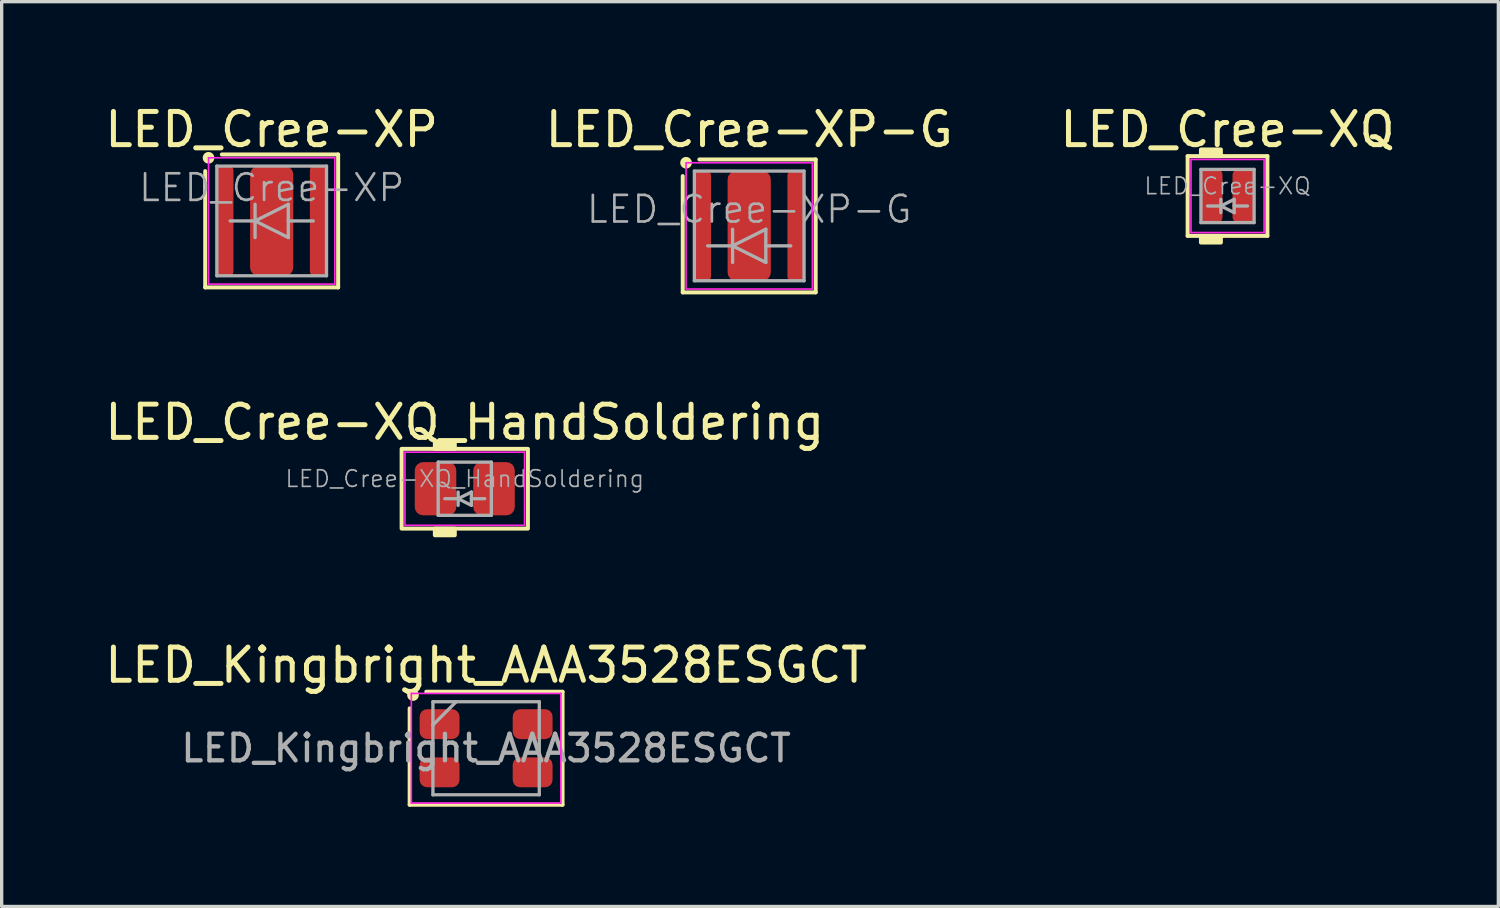
<source format=kicad_pcb>
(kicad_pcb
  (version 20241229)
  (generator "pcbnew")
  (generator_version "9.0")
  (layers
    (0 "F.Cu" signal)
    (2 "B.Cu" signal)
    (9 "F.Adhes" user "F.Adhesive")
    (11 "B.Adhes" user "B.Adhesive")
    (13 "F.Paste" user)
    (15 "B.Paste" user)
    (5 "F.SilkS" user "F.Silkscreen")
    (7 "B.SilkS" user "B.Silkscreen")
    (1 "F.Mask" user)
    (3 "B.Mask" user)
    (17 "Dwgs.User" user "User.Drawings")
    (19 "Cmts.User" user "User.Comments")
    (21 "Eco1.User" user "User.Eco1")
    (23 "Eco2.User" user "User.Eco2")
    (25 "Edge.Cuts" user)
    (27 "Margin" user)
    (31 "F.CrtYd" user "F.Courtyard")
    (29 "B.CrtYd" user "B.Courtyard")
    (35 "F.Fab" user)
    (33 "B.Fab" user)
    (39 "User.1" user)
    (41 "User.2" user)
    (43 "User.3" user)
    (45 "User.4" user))
  (footprint "LED_Cree-XQ"
    (layer "F.Cu")
    (at 33.887 2.848)
    (property "Reference" "LED_Cree-XQ" (at 0 -2 0) (layer "F.SilkS") (effects (font (size 1 1) (thickness 0.15))))
    (attr smd)
    (fp_line (start -1.2 -1.2) (end 1.2 -1.2) (stroke (width 0.12) (type default)) (layer "F.SilkS"))
    (fp_line (start -1.2 1.2) (end -1.2 -1.2) (stroke (width 0.12) (type default)) (layer "F.SilkS"))
    (fp_line (start 1.2 -1.2) (end 1.2 1.2) (stroke (width 0.12) (type default)) (layer "F.SilkS"))
    (fp_line (start 1.2 1.2) (end -1.2 1.2) (stroke (width 0.12) (type default)) (layer "F.SilkS"))
    (fp_rect (start -0.8 -1.4) (end -0.2 -1.2) (stroke (width 0.12) (type solid)) (fill yes) (layer "F.SilkS"))
    (fp_rect (start -0.8 1.2) (end -0.2 1.4) (stroke (width 0.12) (type solid)) (fill yes) (layer "F.SilkS"))
    (fp_line (start -1.1 -1.1) (end 1.1 -1.1) (stroke (width 0.05) (type solid)) (layer "F.CrtYd"))
    (fp_line (start -1.1 1.1) (end -1.1 -1.1) (stroke (width 0.05) (type solid)) (layer "F.CrtYd"))
    (fp_line (start 1.1 -1.1) (end 1.1 1.1) (stroke (width 0.05) (type solid)) (layer "F.CrtYd"))
    (fp_line (start 1.1 1.1) (end -1.1 1.1) (stroke (width 0.05) (type solid)) (layer "F.CrtYd"))
    (fp_line (start -0.8 -0.8) (end 0.8 -0.8) (stroke (width 0.1) (type solid)) (layer "F.Fab"))
    (fp_line (start -0.8 0.8) (end -0.8 -0.8) (stroke (width 0.1) (type solid)) (layer "F.Fab"))
    (fp_line (start -0.6 0.3) (end -0.2 0.3) (stroke (width 0.1) (type solid)) (layer "F.Fab"))
    (fp_line (start -0.2 0.1) (end -0.2 0.5) (stroke (width 0.1) (type solid)) (layer "F.Fab"))
    (fp_line (start -0.2 0.3) (end 0.2 0.1) (stroke (width 0.1) (type solid)) (layer "F.Fab"))
    (fp_line (start 0.2 0.1) (end 0.2 0.5) (stroke (width 0.1) (type solid)) (layer "F.Fab"))
    (fp_line (start 0.2 0.5) (end -0.2 0.3) (stroke (width 0.1) (type solid)) (layer "F.Fab"))
    (fp_line (start 0.6 0.3) (end 0.2 0.3) (stroke (width 0.1) (type solid)) (layer "F.Fab"))
    (fp_line (start 0.8 -0.8) (end 0.8 0.8) (stroke (width 0.1) (type solid)) (layer "F.Fab"))
    (fp_line (start 0.8 0.8) (end -0.8 0.8) (stroke (width 0.1) (type solid)) (layer "F.Fab"))
    (fp_text user "${REFERENCE}" (at 0 -0.3 0) (layer "F.Fab") (effects (font (size 0.5 0.5) (thickness 0.05))))
    (pad "1" smd roundrect (at -0.475 0) (size 0.65 1.6) (layers "F.Cu" "F.Mask" "F.Paste") (roundrect_rratio 0.25))
    (pad "2" smd roundrect (at 0.475 0) (size 0.65 1.6) (layers "F.Cu" "F.Mask" "F.Paste") (roundrect_rratio 0.25)))
  (footprint "LED_Kingbright_AAA3528ESGCT"
    (layer "F.Cu")
    (at 11.577 19.465)
    (property "Reference" "LED_Kingbright_AAA3528ESGCT" (at 0 -2.5 0) (layer "F.SilkS") (effects (font (size 1 1) (thickness 0.15))))
    (attr smd)
    (fp_line (start -2.3 -1.2) (end -2.3 1.7) (stroke (width 0.12) (type default)) (layer "F.SilkS"))
    (fp_line (start -2.3 1.7) (end 2.3 1.7) (stroke (width 0.12) (type default)) (layer "F.SilkS"))
    (fp_line (start 2.3 -1.7) (end -1.8 -1.7) (stroke (width 0.12) (type default)) (layer "F.SilkS"))
    (fp_line (start 2.3 1.7) (end 2.3 -1.7) (stroke (width 0.12) (type default)) (layer "F.SilkS"))
    (fp_circle (center -2.2 -1.6) (end -2.1 -1.6) (stroke (width 0.15) (type solid)) (fill yes) (layer "F.SilkS"))
    (fp_line (start -2.25 -1.65) (end -2.25 1.65) (stroke (width 0.05) (type solid)) (layer "F.CrtYd"))
    (fp_line (start -2.25 -1.65) (end 2.25 -1.65) (stroke (width 0.05) (type solid)) (layer "F.CrtYd"))
    (fp_line (start -2.25 1.65) (end 2.25 1.65) (stroke (width 0.05) (type solid)) (layer "F.CrtYd"))
    (fp_line (start 2.25 -1.65) (end 2.25 1.65) (stroke (width 0.05) (type solid)) (layer "F.CrtYd"))
    (fp_line (start -1.6 -1.4) (end -0.9 -1.4) (stroke (width 0.1) (type default)) (layer "F.Fab"))
    (fp_line (start -1.6 -0.7) (end -1.6 -1.4) (stroke (width 0.1) (type default)) (layer "F.Fab"))
    (fp_line (start -1.6 1.4) (end -1.6 -0.7) (stroke (width 0.1) (type solid)) (layer "F.Fab"))
    (fp_line (start -0.9 -1.4) (end -1.6 -0.7) (stroke (width 0.1) (type solid)) (layer "F.Fab"))
    (fp_line (start -0.9 -1.4) (end 1.6 -1.4) (stroke (width 0.1) (type solid)) (layer "F.Fab"))
    (fp_line (start 1.6 -1.4) (end 1.6 1.4) (stroke (width 0.1) (type solid)) (layer "F.Fab"))
    (fp_line (start 1.6 1.4) (end -1.6 1.4) (stroke (width 0.1) (type solid)) (layer "F.Fab"))
    (fp_text user "${REFERENCE}" (at 0 0 0) (layer "F.Fab") (effects (font (size 0.8 0.8) (thickness 0.13))))
    (pad "1" smd roundrect (at -1.4 -0.725) (size 1.2 0.9) (layers "F.Cu" "F.Mask" "F.Paste") (roundrect_rratio 0.25))
    (pad "2" smd roundrect (at 1.4 -0.725) (size 1.2 0.9) (layers "F.Cu" "F.Mask" "F.Paste") (roundrect_rratio 0.25))
    (pad "3" smd roundrect (at 1.4 0.725) (size 1.2 0.9) (layers "F.Cu" "F.Mask" "F.Paste") (roundrect_rratio 0.25))
    (pad "4" smd roundrect (at -1.4 0.725) (size 1.2 0.9) (layers "F.Cu" "F.Mask" "F.Paste") (roundrect_rratio 0.25)))
  (footprint "LED_Cree-XP-G"
    (layer "F.Cu")
    (at 19.494 3.748)
    (property "Reference" "LED_Cree-XP-G" (at 0 -2.9 0) (layer "F.SilkS") (effects (font (size 1 1) (thickness 0.15))))
    (attr smd)
    (fp_line (start -2 -1.5) (end -2 2) (stroke (width 0.12) (type default)) (layer "F.SilkS"))
    (fp_line (start -2 2) (end 2 2) (stroke (width 0.12) (type default)) (layer "F.SilkS"))
    (fp_line (start 2 -2) (end -1.5 -2) (stroke (width 0.12) (type default)) (layer "F.SilkS"))
    (fp_line (start 2 2) (end 2 -2) (stroke (width 0.12) (type default)) (layer "F.SilkS"))
    (fp_circle (center -1.9 -1.9) (end -1.8 -1.9) (stroke (width 0.15) (type solid)) (fill yes) (layer "F.SilkS"))
    (fp_rect (start -1.9 -1.9) (end 1.9 1.9) (stroke (width 0.05) (type default)) (fill no) (layer "F.CrtYd"))
    (fp_line (start -1.65 -1.65) (end 1.65 -1.65) (stroke (width 0.1) (type solid)) (layer "F.Fab"))
    (fp_line (start -1.65 1.65) (end -1.65 -1.65) (stroke (width 0.1) (type solid)) (layer "F.Fab"))
    (fp_line (start -1.25 0.6) (end -0.5 0.6) (stroke (width 0.1) (type solid)) (layer "F.Fab"))
    (fp_line (start -0.5 0.1) (end -0.5 1.1) (stroke (width 0.1) (type solid)) (layer "F.Fab"))
    (fp_line (start -0.5 0.6) (end 0.5 0.1) (stroke (width 0.1) (type solid)) (layer "F.Fab"))
    (fp_line (start 0.5 0.1) (end 0.5 1.1) (stroke (width 0.1) (type solid)) (layer "F.Fab"))
    (fp_line (start 0.5 1.1) (end -0.5 0.6) (stroke (width 0.1) (type solid)) (layer "F.Fab"))
    (fp_line (start 1.25 0.6) (end 0.5 0.6) (stroke (width 0.1) (type solid)) (layer "F.Fab"))
    (fp_line (start 1.65 -1.65) (end 1.65 1.65) (stroke (width 0.1) (type solid)) (layer "F.Fab"))
    (fp_line (start 1.65 1.65) (end -1.65 1.65) (stroke (width 0.1) (type solid)) (layer "F.Fab"))
    (fp_text user "${REFERENCE}" (at 0 -0.5 0) (layer "F.Fab") (effects (font (size 0.8 0.8) (thickness 0.08))))
    (pad "" smd roundrect (at 0 -1) (size 1.01 0.75) (layers "F.Paste") (roundrect_rratio 0.25))
    (pad "" smd roundrect (at 0 0) (size 1.01 0.75) (layers "F.Paste") (roundrect_rratio 0.25))
    (pad "" smd roundrect (at 0 1) (size 1.01 0.75) (layers "F.Paste") (roundrect_rratio 0.25))
    (pad "1" smd roundrect (at -1.4 0) (size 0.5 3.3) (layers "F.Cu" "F.Mask" "F.Paste") (roundrect_rratio 0.25))
    (pad "2" smd roundrect (at 1.4 0) (size 0.5 3.3) (layers "F.Cu" "F.Mask" "F.Paste") (roundrect_rratio 0.25))
    (pad "3" smd roundrect (at 0 0) (size 1.3 3.3) (layers "F.Cu" "F.Mask") (roundrect_rratio 0.192)))
  (footprint "LED_Cree-XP"
    (layer "F.Cu")
    (at 5.125 3.598)
    (property "Reference" "LED_Cree-XP" (at 0 -2.75 0) (layer "F.SilkS") (effects (font (size 1 1) (thickness 0.15))))
    (attr smd)
    (fp_line (start -2 -1.5) (end -2 2) (stroke (width 0.12) (type default)) (layer "F.SilkS"))
    (fp_line (start -2 2) (end 2 2) (stroke (width 0.12) (type default)) (layer "F.SilkS"))
    (fp_line (start 2 -2) (end -1.5 -2) (stroke (width 0.12) (type default)) (layer "F.SilkS"))
    (fp_line (start 2 2) (end 2 -2) (stroke (width 0.12) (type default)) (layer "F.SilkS"))
    (fp_circle (center -1.9 -1.9) (end -1.8 -1.9) (stroke (width 0.15) (type solid)) (fill yes) (layer "F.SilkS"))
    (fp_line (start -1.9 -1.9) (end 1.9 -1.9) (stroke (width 0.05) (type solid)) (layer "F.CrtYd"))
    (fp_line (start -1.9 1.9) (end -1.9 -1.9) (stroke (width 0.05) (type solid)) (layer "F.CrtYd"))
    (fp_line (start 1.9 -1.9) (end 1.9 1.9) (stroke (width 0.05) (type solid)) (layer "F.CrtYd"))
    (fp_line (start 1.9 1.9) (end -1.9 1.9) (stroke (width 0.05) (type solid)) (layer "F.CrtYd"))
    (fp_line (start -1.65 -1.65) (end 1.65 -1.65) (stroke (width 0.1) (type solid)) (layer "F.Fab"))
    (fp_line (start -1.65 1.65) (end -1.65 -1.65) (stroke (width 0.1) (type solid)) (layer "F.Fab"))
    (fp_line (start -1.25 0) (end -0.5 0) (stroke (width 0.1) (type solid)) (layer "F.Fab"))
    (fp_line (start -0.5 -0.5) (end -0.5 0.5) (stroke (width 0.1) (type solid)) (layer "F.Fab"))
    (fp_line (start -0.5 0) (end 0.5 -0.5) (stroke (width 0.1) (type solid)) (layer "F.Fab"))
    (fp_line (start 0.5 -0.5) (end 0.5 0.5) (stroke (width 0.1) (type solid)) (layer "F.Fab"))
    (fp_line (start 0.5 0.5) (end -0.5 0) (stroke (width 0.1) (type solid)) (layer "F.Fab"))
    (fp_line (start 1.25 0) (end 0.5 0) (stroke (width 0.1) (type solid)) (layer "F.Fab"))
    (fp_line (start 1.65 -1.65) (end 1.65 1.65) (stroke (width 0.1) (type solid)) (layer "F.Fab"))
    (fp_line (start 1.65 1.65) (end -1.65 1.65) (stroke (width 0.1) (type solid)) (layer "F.Fab"))
    (fp_text user "${REFERENCE}" (at 0 -1 0) (layer "F.Fab") (effects (font (size 0.8 0.8) (thickness 0.08))))
    (pad "" smd roundrect (at 0 -1) (size 1.01 0.75) (layers "F.Paste") (roundrect_rratio 0.25))
    (pad "" smd roundrect (at 0 0) (size 1.01 0.75) (layers "F.Paste") (roundrect_rratio 0.25))
    (pad "" smd roundrect (at 0 1) (size 1.01 0.75) (layers "F.Paste") (roundrect_rratio 0.25))
    (pad "1" smd roundrect (at -1.4 0) (size 0.5 3.3) (layers "F.Cu" "F.Mask" "F.Paste") (roundrect_rratio 0.25))
    (pad "2" smd roundrect (at 1.4 0) (size 0.5 3.3) (layers "F.Cu" "F.Mask" "F.Paste") (roundrect_rratio 0.25))
    (pad "3" smd roundrect (at 0 0) (size 1.3 3.3) (layers "F.Cu" "F.Mask") (roundrect_rratio 0.192)))
  (footprint "LED_Cree-XQ_HandSoldering"
    (layer "F.Cu")
    (at 10.935 11.656)
    (property "Reference" "LED_Cree-XQ_HandSoldering" (at 0 -2 0) (layer "F.SilkS") (effects (font (size 1 1) (thickness 0.15))))
    (attr smd)
    (fp_rect (start -1.9 -1.2) (end 1.9 1.2) (stroke (width 0.12) (type default)) (fill no) (layer "F.SilkS"))
    (fp_rect (start -0.9 -1.4) (end -0.3 -1.2) (stroke (width 0.12) (type solid)) (fill yes) (layer "F.SilkS"))
    (fp_rect (start -0.9 1.2) (end -0.3 1.4) (stroke (width 0.12) (type solid)) (fill yes) (layer "F.SilkS"))
    (fp_line (start -1.8 -1.1) (end 1.8 -1.1) (stroke (width 0.05) (type solid)) (layer "F.CrtYd"))
    (fp_line (start -1.8 1.1) (end -1.8 -1.1) (stroke (width 0.05) (type solid)) (layer "F.CrtYd"))
    (fp_line (start 1.8 -1.1) (end 1.8 1.1) (stroke (width 0.05) (type solid)) (layer "F.CrtYd"))
    (fp_line (start 1.8 1.1) (end -1.8 1.1) (stroke (width 0.05) (type solid)) (layer "F.CrtYd"))
    (fp_line (start -0.8 -0.8) (end 0.8 -0.8) (stroke (width 0.1) (type solid)) (layer "F.Fab"))
    (fp_line (start -0.8 0.8) (end -0.8 -0.8) (stroke (width 0.1) (type solid)) (layer "F.Fab"))
    (fp_line (start -0.6 0.3) (end -0.2 0.3) (stroke (width 0.1) (type solid)) (layer "F.Fab"))
    (fp_line (start -0.2 0.1) (end -0.2 0.5) (stroke (width 0.1) (type solid)) (layer "F.Fab"))
    (fp_line (start -0.2 0.3) (end 0.2 0.1) (stroke (width 0.1) (type solid)) (layer "F.Fab"))
    (fp_line (start 0.2 0.1) (end 0.2 0.5) (stroke (width 0.1) (type solid)) (layer "F.Fab"))
    (fp_line (start 0.2 0.5) (end -0.2 0.3) (stroke (width 0.1) (type solid)) (layer "F.Fab"))
    (fp_line (start 0.6 0.3) (end 0.2 0.3) (stroke (width 0.1) (type solid)) (layer "F.Fab"))
    (fp_line (start 0.8 -0.8) (end 0.8 0.8) (stroke (width 0.1) (type solid)) (layer "F.Fab"))
    (fp_line (start 0.8 0.8) (end -0.8 0.8) (stroke (width 0.1) (type solid)) (layer "F.Fab"))
    (fp_text user "${REFERENCE}" (at 0 -0.3 0) (layer "F.Fab") (effects (font (size 0.5 0.5) (thickness 0.05))))
    (pad "1" smd roundrect (at -0.88 0) (size 1.25 1.6) (layers "F.Cu" "F.Mask" "F.Paste") (roundrect_rratio 0.2))
    (pad "2" smd roundrect (at 0.88 0) (size 1.25 1.6) (layers "F.Cu" "F.Mask" "F.Paste") (roundrect_rratio 0.2)))
  (gr_rect
    (start -3 -3)
    (end 42.036 24.225)
    (stroke (width 0.1) (type default))
    (fill no)
    (layer "Edge.Cuts")))
</source>
